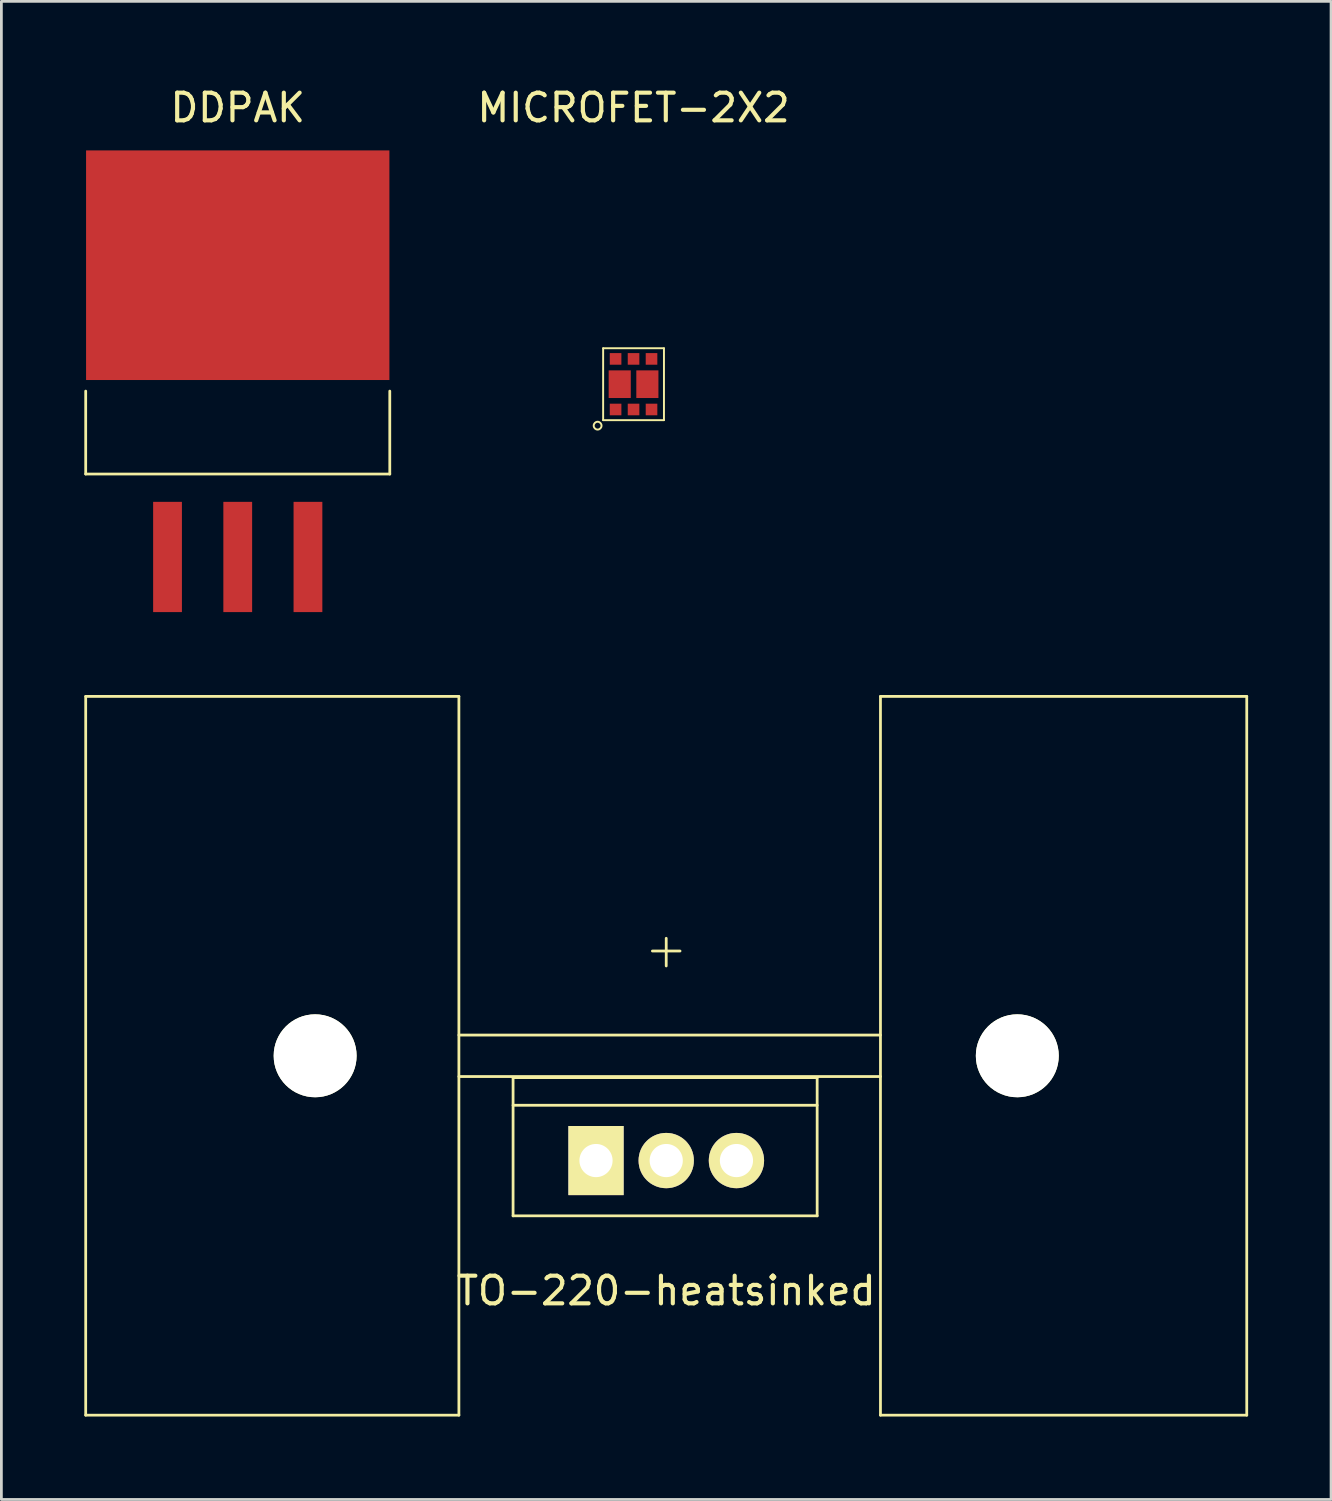
<source format=kicad_pcb>
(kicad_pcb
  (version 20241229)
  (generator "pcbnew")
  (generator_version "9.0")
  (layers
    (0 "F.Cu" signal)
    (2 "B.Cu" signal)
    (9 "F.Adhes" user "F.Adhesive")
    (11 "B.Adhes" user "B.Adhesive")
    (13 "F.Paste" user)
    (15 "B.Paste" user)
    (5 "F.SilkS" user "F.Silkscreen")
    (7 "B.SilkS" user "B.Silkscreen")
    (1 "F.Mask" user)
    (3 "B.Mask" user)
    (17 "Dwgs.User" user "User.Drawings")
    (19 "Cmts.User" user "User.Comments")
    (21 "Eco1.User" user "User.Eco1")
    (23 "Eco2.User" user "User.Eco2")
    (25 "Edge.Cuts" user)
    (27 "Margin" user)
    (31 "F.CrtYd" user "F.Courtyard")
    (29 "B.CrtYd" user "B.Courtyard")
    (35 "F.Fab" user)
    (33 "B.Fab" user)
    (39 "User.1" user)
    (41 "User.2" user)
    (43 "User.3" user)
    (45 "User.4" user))
  (footprint "DDPAK"
    (layer "F.Cu")
    (at 5.55 17.098)
    (property "Reference" "DDPAK" (at 0 -16.25 0) (layer "F.SilkS") (effects (font (size 1 1) (thickness 0.15))))
    (attr through_hole)
    (fp_line (start -5.5 -6) (end -5.5 -3) (stroke (width 0.1) (type solid)) (layer "F.SilkS"))
    (fp_line (start -5.5 -3) (end 5.5 -3) (stroke (width 0.1) (type solid)) (layer "F.SilkS"))
    (fp_line (start 5.5 -3) (end 5.5 -6) (stroke (width 0.1) (type solid)) (layer "F.SilkS"))
    (pad "1" smd rect (at -2.54 0) (size 1.041 3.988) (layers "F.Cu" "F.Mask" "F.Paste"))
    (pad "2" smd rect (at 0 0) (size 1.041 3.988) (layers "F.Cu" "F.Mask" "F.Paste"))
    (pad "3" smd rect (at 2.54 0) (size 1.041 3.988) (layers "F.Cu" "F.Mask" "F.Paste"))
    (pad "4" smd rect (at 0 -10.554) (size 10.973 8.306) (layers "F.Cu" "F.Mask" "F.Paste")))
  (footprint "TO-220-heatsinked"
    (layer "F.Cu")
    (at 21.05 35.142)
    (property "Reference" "TO-220-heatsinked" (at 0 8.5 0) (layer "F.SilkS") (effects (font (size 1 1) (thickness 0.15))))
    (attr through_hole)
    (fp_line (start -21 -13) (end -7.5 -13) (stroke (width 0.1) (type solid)) (layer "F.SilkS"))
    (fp_line (start -21 13) (end -21 -13) (stroke (width 0.1) (type solid)) (layer "F.SilkS"))
    (fp_line (start -7.5 -13) (end -7.5 13) (stroke (width 0.1) (type solid)) (layer "F.SilkS"))
    (fp_line (start -7.5 -0.75) (end 7.75 -0.75) (stroke (width 0.1) (type solid)) (layer "F.SilkS"))
    (fp_line (start -7.5 0.75) (end 7.75 0.75) (stroke (width 0.1) (type solid)) (layer "F.SilkS"))
    (fp_line (start -7.5 13) (end -21 13) (stroke (width 0.1) (type solid)) (layer "F.SilkS"))
    (fp_line (start -5.54 0.79) (end 5.46 0.79) (stroke (width 0.1) (type solid)) (layer "F.SilkS"))
    (fp_line (start -5.54 1.79) (end 5.46 1.79) (stroke (width 0.1) (type solid)) (layer "F.SilkS"))
    (fp_line (start -5.54 5.79) (end -5.54 0.79) (stroke (width 0.1) (type solid)) (layer "F.SilkS"))
    (fp_line (start -0.5 -3.79) (end 0.5 -3.79) (stroke (width 0.1) (type solid)) (layer "F.SilkS"))
    (fp_line (start 0 -4.25) (end 0 -3.25) (stroke (width 0.1) (type solid)) (layer "F.SilkS"))
    (fp_line (start 5.46 0.79) (end 5.46 5.79) (stroke (width 0.1) (type solid)) (layer "F.SilkS"))
    (fp_line (start 5.46 5.79) (end -5.54 5.79) (stroke (width 0.1) (type solid)) (layer "F.SilkS"))
    (fp_line (start 7.75 -13) (end 7.75 13) (stroke (width 0.1) (type solid)) (layer "F.SilkS"))
    (fp_line (start 7.75 13) (end 21 13) (stroke (width 0.1) (type solid)) (layer "F.SilkS"))
    (fp_line (start 21 -13) (end 7.75 -13) (stroke (width 0.1) (type solid)) (layer "F.SilkS"))
    (fp_line (start 21 13) (end 21 -13) (stroke (width 0.1) (type solid)) (layer "F.SilkS"))
    (pad "" np_thru_hole circle (at -12.7 0) (size 3 3) (drill 3) (layers "*.Cu" "*.Mask" "F.SilkS"))
    (pad "" np_thru_hole circle (at 12.7 0) (size 3 3) (drill 3) (layers "*.Cu" "*.Mask" "F.SilkS"))
    (pad "1" thru_hole rect (at -2.54 3.79) (size 2 2.5) (drill 1.2) (layers "*.Cu" "*.Mask" "F.SilkS"))
    (pad "2" thru_hole circle (at 0 3.79) (size 2 2) (drill 1.2) (layers "*.Cu" "*.Mask" "F.SilkS"))
    (pad "3" thru_hole circle (at 2.54 3.79) (size 2 2) (drill 1.2) (layers "*.Cu" "*.Mask" "F.SilkS")))
  (footprint "MICROFET-2X2"
    (layer "F.Cu")
    (at 19.868 10.848)
    (property "Reference" "MICROFET-2X2" (at 0 -10 0) (layer "F.SilkS") (effects (font (size 1 1) (thickness 0.15))))
    (attr through_hole)
    (fp_line (start -1.1 -1.3) (end -1.1 1.3) (stroke (width 0.07) (type solid)) (layer "F.SilkS"))
    (fp_line (start -1.1 1.3) (end 1.1 1.3) (stroke (width 0.07) (type solid)) (layer "F.SilkS"))
    (fp_line (start 1.1 -1.3) (end -1.1 -1.3) (stroke (width 0.07) (type solid)) (layer "F.SilkS"))
    (fp_line (start 1.1 1.3) (end 1.1 -1.3) (stroke (width 0.07) (type solid)) (layer "F.SilkS"))
    (fp_circle (center -1.3 1.5) (end -1.2 1.6) (stroke (width 0.07) (type solid)) (fill no) (layer "F.SilkS"))
    (pad "1" smd rect (at -0.65 0.915) (size 0.42 0.42) (layers "F.Cu" "F.Mask" "F.Paste"))
    (pad "2" smd rect (at 0 0.915) (size 0.42 0.42) (layers "F.Cu" "F.Mask" "F.Paste"))
    (pad "3" smd rect (at 0.65 0.915) (size 0.42 0.42) (layers "F.Cu" "F.Mask" "F.Paste"))
    (pad "4" smd rect (at 0.65 -0.915) (size 0.42 0.42) (layers "F.Cu" "F.Mask" "F.Paste"))
    (pad "5" smd rect (at 0 -0.915) (size 0.42 0.42) (layers "F.Cu" "F.Mask" "F.Paste"))
    (pad "6" smd rect (at -0.65 -0.915) (size 0.42 0.42) (layers "F.Cu" "F.Mask" "F.Paste"))
    (pad "P1" smd rect (at -0.5 0) (size 0.8 1) (layers "F.Cu" "F.Mask" "F.Paste"))
    (pad "P2" smd rect (at 0.5 0) (size 0.8 1) (layers "F.Cu" "F.Mask" "F.Paste")))
  (gr_rect
    (start -3 -3)
    (end 45.1 51.192)
    (stroke (width 0.1) (type default))
    (fill no)
    (layer "Edge.Cuts")))
</source>
